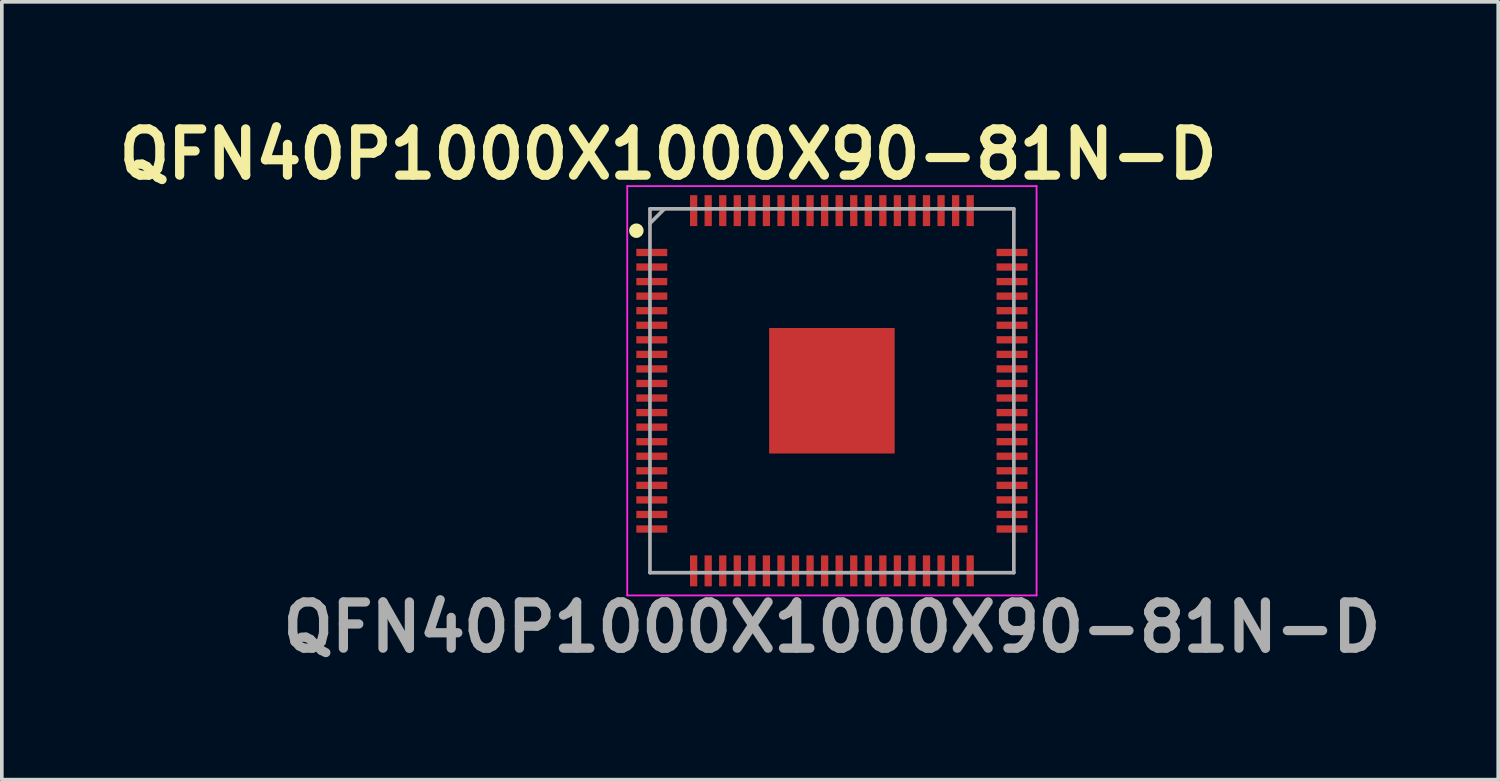
<source format=kicad_pcb>
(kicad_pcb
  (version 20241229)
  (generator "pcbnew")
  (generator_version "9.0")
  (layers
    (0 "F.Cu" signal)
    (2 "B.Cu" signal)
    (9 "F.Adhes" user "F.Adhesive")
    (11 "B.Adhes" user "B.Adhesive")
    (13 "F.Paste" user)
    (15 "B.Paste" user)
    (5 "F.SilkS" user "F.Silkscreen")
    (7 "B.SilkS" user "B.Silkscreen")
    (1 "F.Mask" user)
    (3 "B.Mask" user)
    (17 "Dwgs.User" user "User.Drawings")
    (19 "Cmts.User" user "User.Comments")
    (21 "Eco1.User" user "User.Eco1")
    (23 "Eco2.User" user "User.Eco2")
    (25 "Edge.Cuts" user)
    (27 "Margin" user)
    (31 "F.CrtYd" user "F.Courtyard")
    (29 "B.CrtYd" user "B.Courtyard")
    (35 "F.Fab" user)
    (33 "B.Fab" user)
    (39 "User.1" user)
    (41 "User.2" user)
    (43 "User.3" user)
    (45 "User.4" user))
  (footprint "QFN40P1000X1000X90-81N-D"
    (layer "F.Cu")
    (at 19.813 7.689)
    (property "Reference" "QFN40P1000X1000X90-81N-D" (at -4.5 -6.5 0) (layer "F.SilkS") (effects (font (size 1.27 1.27) (thickness 0.254))))
    (attr smd)
    (fp_circle (center -5.375 -4.4) (end -5.375 -4.3) (stroke (width 0.2) (type solid)) (fill no) (layer "F.SilkS"))
    (fp_line (start -5.625 -5.625) (end 5.625 -5.625) (stroke (width 0.05) (type solid)) (layer "F.CrtYd"))
    (fp_line (start -5.625 5.625) (end -5.625 -5.625) (stroke (width 0.05) (type solid)) (layer "F.CrtYd"))
    (fp_line (start 5.625 -5.625) (end 5.625 5.625) (stroke (width 0.05) (type solid)) (layer "F.CrtYd"))
    (fp_line (start 5.625 5.625) (end -5.625 5.625) (stroke (width 0.05) (type solid)) (layer "F.CrtYd"))
    (fp_line (start -5 -5) (end 5 -5) (stroke (width 0.1) (type solid)) (layer "F.Fab"))
    (fp_line (start -5 -4.6) (end -4.6 -5) (stroke (width 0.1) (type solid)) (layer "F.Fab"))
    (fp_line (start -5 5) (end -5 -5) (stroke (width 0.1) (type solid)) (layer "F.Fab"))
    (fp_line (start 5 -5) (end 5 5) (stroke (width 0.1) (type solid)) (layer "F.Fab"))
    (fp_line (start 5 5) (end -5 5) (stroke (width 0.1) (type solid)) (layer "F.Fab"))
    (fp_text user "${REFERENCE}" (at 0 6.5 0) (layer "F.Fab") (effects (font (size 1.27 1.27) (thickness 0.254))))
    (pad "1" smd rect (at -4.95 -3.8 90) (size 0.2 0.85) (layers "F.Cu" "F.Mask" "F.Paste"))
    (pad "2" smd rect (at -4.95 -3.4 90) (size 0.2 0.85) (layers "F.Cu" "F.Mask" "F.Paste"))
    (pad "3" smd rect (at -4.95 -3 90) (size 0.2 0.85) (layers "F.Cu" "F.Mask" "F.Paste"))
    (pad "4" smd rect (at -4.95 -2.6 90) (size 0.2 0.85) (layers "F.Cu" "F.Mask" "F.Paste"))
    (pad "5" smd rect (at -4.95 -2.2 90) (size 0.2 0.85) (layers "F.Cu" "F.Mask" "F.Paste"))
    (pad "6" smd rect (at -4.95 -1.8 90) (size 0.2 0.85) (layers "F.Cu" "F.Mask" "F.Paste"))
    (pad "7" smd rect (at -4.95 -1.4 90) (size 0.2 0.85) (layers "F.Cu" "F.Mask" "F.Paste"))
    (pad "8" smd rect (at -4.95 -1 90) (size 0.2 0.85) (layers "F.Cu" "F.Mask" "F.Paste"))
    (pad "9" smd rect (at -4.95 -0.6 90) (size 0.2 0.85) (layers "F.Cu" "F.Mask" "F.Paste"))
    (pad "10" smd rect (at -4.95 -0.2 90) (size 0.2 0.85) (layers "F.Cu" "F.Mask" "F.Paste"))
    (pad "11" smd rect (at -4.95 0.2 90) (size 0.2 0.85) (layers "F.Cu" "F.Mask" "F.Paste"))
    (pad "12" smd rect (at -4.95 0.6 90) (size 0.2 0.85) (layers "F.Cu" "F.Mask" "F.Paste"))
    (pad "13" smd rect (at -4.95 1 90) (size 0.2 0.85) (layers "F.Cu" "F.Mask" "F.Paste"))
    (pad "14" smd rect (at -4.95 1.4 90) (size 0.2 0.85) (layers "F.Cu" "F.Mask" "F.Paste"))
    (pad "15" smd rect (at -4.95 1.8 90) (size 0.2 0.85) (layers "F.Cu" "F.Mask" "F.Paste"))
    (pad "16" smd rect (at -4.95 2.2 90) (size 0.2 0.85) (layers "F.Cu" "F.Mask" "F.Paste"))
    (pad "17" smd rect (at -4.95 2.6 90) (size 0.2 0.85) (layers "F.Cu" "F.Mask" "F.Paste"))
    (pad "18" smd rect (at -4.95 3 90) (size 0.2 0.85) (layers "F.Cu" "F.Mask" "F.Paste"))
    (pad "19" smd rect (at -4.95 3.4 90) (size 0.2 0.85) (layers "F.Cu" "F.Mask" "F.Paste"))
    (pad "20" smd rect (at -4.95 3.8 90) (size 0.2 0.85) (layers "F.Cu" "F.Mask" "F.Paste"))
    (pad "21" smd rect (at -3.8 4.95) (size 0.2 0.85) (layers "F.Cu" "F.Mask" "F.Paste"))
    (pad "22" smd rect (at -3.4 4.95) (size 0.2 0.85) (layers "F.Cu" "F.Mask" "F.Paste"))
    (pad "23" smd rect (at -3 4.95) (size 0.2 0.85) (layers "F.Cu" "F.Mask" "F.Paste"))
    (pad "24" smd rect (at -2.6 4.95) (size 0.2 0.85) (layers "F.Cu" "F.Mask" "F.Paste"))
    (pad "25" smd rect (at -2.2 4.95) (size 0.2 0.85) (layers "F.Cu" "F.Mask" "F.Paste"))
    (pad "26" smd rect (at -1.8 4.95) (size 0.2 0.85) (layers "F.Cu" "F.Mask" "F.Paste"))
    (pad "27" smd rect (at -1.4 4.95) (size 0.2 0.85) (layers "F.Cu" "F.Mask" "F.Paste"))
    (pad "28" smd rect (at -1 4.95) (size 0.2 0.85) (layers "F.Cu" "F.Mask" "F.Paste"))
    (pad "29" smd rect (at -0.6 4.95) (size 0.2 0.85) (layers "F.Cu" "F.Mask" "F.Paste"))
    (pad "30" smd rect (at -0.2 4.95) (size 0.2 0.85) (layers "F.Cu" "F.Mask" "F.Paste"))
    (pad "31" smd rect (at 0.2 4.95) (size 0.2 0.85) (layers "F.Cu" "F.Mask" "F.Paste"))
    (pad "32" smd rect (at 0.6 4.95) (size 0.2 0.85) (layers "F.Cu" "F.Mask" "F.Paste"))
    (pad "33" smd rect (at 1 4.95) (size 0.2 0.85) (layers "F.Cu" "F.Mask" "F.Paste"))
    (pad "34" smd rect (at 1.4 4.95) (size 0.2 0.85) (layers "F.Cu" "F.Mask" "F.Paste"))
    (pad "35" smd rect (at 1.8 4.95) (size 0.2 0.85) (layers "F.Cu" "F.Mask" "F.Paste"))
    (pad "36" smd rect (at 2.2 4.95) (size 0.2 0.85) (layers "F.Cu" "F.Mask" "F.Paste"))
    (pad "37" smd rect (at 2.6 4.95) (size 0.2 0.85) (layers "F.Cu" "F.Mask" "F.Paste"))
    (pad "38" smd rect (at 3 4.95) (size 0.2 0.85) (layers "F.Cu" "F.Mask" "F.Paste"))
    (pad "39" smd rect (at 3.4 4.95) (size 0.2 0.85) (layers "F.Cu" "F.Mask" "F.Paste"))
    (pad "40" smd rect (at 3.8 4.95) (size 0.2 0.85) (layers "F.Cu" "F.Mask" "F.Paste"))
    (pad "41" smd rect (at 4.95 3.8 90) (size 0.2 0.85) (layers "F.Cu" "F.Mask" "F.Paste"))
    (pad "42" smd rect (at 4.95 3.4 90) (size 0.2 0.85) (layers "F.Cu" "F.Mask" "F.Paste"))
    (pad "43" smd rect (at 4.95 3 90) (size 0.2 0.85) (layers "F.Cu" "F.Mask" "F.Paste"))
    (pad "44" smd rect (at 4.95 2.6 90) (size 0.2 0.85) (layers "F.Cu" "F.Mask" "F.Paste"))
    (pad "45" smd rect (at 4.95 2.2 90) (size 0.2 0.85) (layers "F.Cu" "F.Mask" "F.Paste"))
    (pad "46" smd rect (at 4.95 1.8 90) (size 0.2 0.85) (layers "F.Cu" "F.Mask" "F.Paste"))
    (pad "47" smd rect (at 4.95 1.4 90) (size 0.2 0.85) (layers "F.Cu" "F.Mask" "F.Paste"))
    (pad "48" smd rect (at 4.95 1 90) (size 0.2 0.85) (layers "F.Cu" "F.Mask" "F.Paste"))
    (pad "49" smd rect (at 4.95 0.6 90) (size 0.2 0.85) (layers "F.Cu" "F.Mask" "F.Paste"))
    (pad "50" smd rect (at 4.95 0.2 90) (size 0.2 0.85) (layers "F.Cu" "F.Mask" "F.Paste"))
    (pad "51" smd rect (at 4.95 -0.2 90) (size 0.2 0.85) (layers "F.Cu" "F.Mask" "F.Paste"))
    (pad "52" smd rect (at 4.95 -0.6 90) (size 0.2 0.85) (layers "F.Cu" "F.Mask" "F.Paste"))
    (pad "53" smd rect (at 4.95 -1 90) (size 0.2 0.85) (layers "F.Cu" "F.Mask" "F.Paste"))
    (pad "54" smd rect (at 4.95 -1.4 90) (size 0.2 0.85) (layers "F.Cu" "F.Mask" "F.Paste"))
    (pad "55" smd rect (at 4.95 -1.8 90) (size 0.2 0.85) (layers "F.Cu" "F.Mask" "F.Paste"))
    (pad "56" smd rect (at 4.95 -2.2 90) (size 0.2 0.85) (layers "F.Cu" "F.Mask" "F.Paste"))
    (pad "57" smd rect (at 4.95 -2.6 90) (size 0.2 0.85) (layers "F.Cu" "F.Mask" "F.Paste"))
    (pad "58" smd rect (at 4.95 -3 90) (size 0.2 0.85) (layers "F.Cu" "F.Mask" "F.Paste"))
    (pad "59" smd rect (at 4.95 -3.4 90) (size 0.2 0.85) (layers "F.Cu" "F.Mask" "F.Paste"))
    (pad "60" smd rect (at 4.95 -3.8 90) (size 0.2 0.85) (layers "F.Cu" "F.Mask" "F.Paste"))
    (pad "61" smd rect (at 3.8 -4.95) (size 0.2 0.85) (layers "F.Cu" "F.Mask" "F.Paste"))
    (pad "62" smd rect (at 3.4 -4.95) (size 0.2 0.85) (layers "F.Cu" "F.Mask" "F.Paste"))
    (pad "63" smd rect (at 3 -4.95) (size 0.2 0.85) (layers "F.Cu" "F.Mask" "F.Paste"))
    (pad "64" smd rect (at 2.6 -4.95) (size 0.2 0.85) (layers "F.Cu" "F.Mask" "F.Paste"))
    (pad "65" smd rect (at 2.2 -4.95) (size 0.2 0.85) (layers "F.Cu" "F.Mask" "F.Paste"))
    (pad "66" smd rect (at 1.8 -4.95) (size 0.2 0.85) (layers "F.Cu" "F.Mask" "F.Paste"))
    (pad "67" smd rect (at 1.4 -4.95) (size 0.2 0.85) (layers "F.Cu" "F.Mask" "F.Paste"))
    (pad "68" smd rect (at 1 -4.95) (size 0.2 0.85) (layers "F.Cu" "F.Mask" "F.Paste"))
    (pad "69" smd rect (at 0.6 -4.95) (size 0.2 0.85) (layers "F.Cu" "F.Mask" "F.Paste"))
    (pad "70" smd rect (at 0.2 -4.95) (size 0.2 0.85) (layers "F.Cu" "F.Mask" "F.Paste"))
    (pad "71" smd rect (at -0.2 -4.95) (size 0.2 0.85) (layers "F.Cu" "F.Mask" "F.Paste"))
    (pad "72" smd rect (at -0.6 -4.95) (size 0.2 0.85) (layers "F.Cu" "F.Mask" "F.Paste"))
    (pad "73" smd rect (at -1 -4.95) (size 0.2 0.85) (layers "F.Cu" "F.Mask" "F.Paste"))
    (pad "74" smd rect (at -1.4 -4.95) (size 0.2 0.85) (layers "F.Cu" "F.Mask" "F.Paste"))
    (pad "75" smd rect (at -1.8 -4.95) (size 0.2 0.85) (layers "F.Cu" "F.Mask" "F.Paste"))
    (pad "76" smd rect (at -2.2 -4.95) (size 0.2 0.85) (layers "F.Cu" "F.Mask" "F.Paste"))
    (pad "77" smd rect (at -2.6 -4.95) (size 0.2 0.85) (layers "F.Cu" "F.Mask" "F.Paste"))
    (pad "78" smd rect (at -3 -4.95) (size 0.2 0.85) (layers "F.Cu" "F.Mask" "F.Paste"))
    (pad "79" smd rect (at -3.4 -4.95) (size 0.2 0.85) (layers "F.Cu" "F.Mask" "F.Paste"))
    (pad "80" smd rect (at -3.8 -4.95) (size 0.2 0.85) (layers "F.Cu" "F.Mask" "F.Paste"))
    (pad "81" smd rect (at 0 0) (size 3.45 3.45) (layers "F.Cu" "F.Mask" "F.Paste")))
  (gr_rect
    (start -3 -3)
    (end 38.125 18.377)
    (stroke (width 0.1) (type default))
    (fill no)
    (layer "Edge.Cuts")))
</source>
